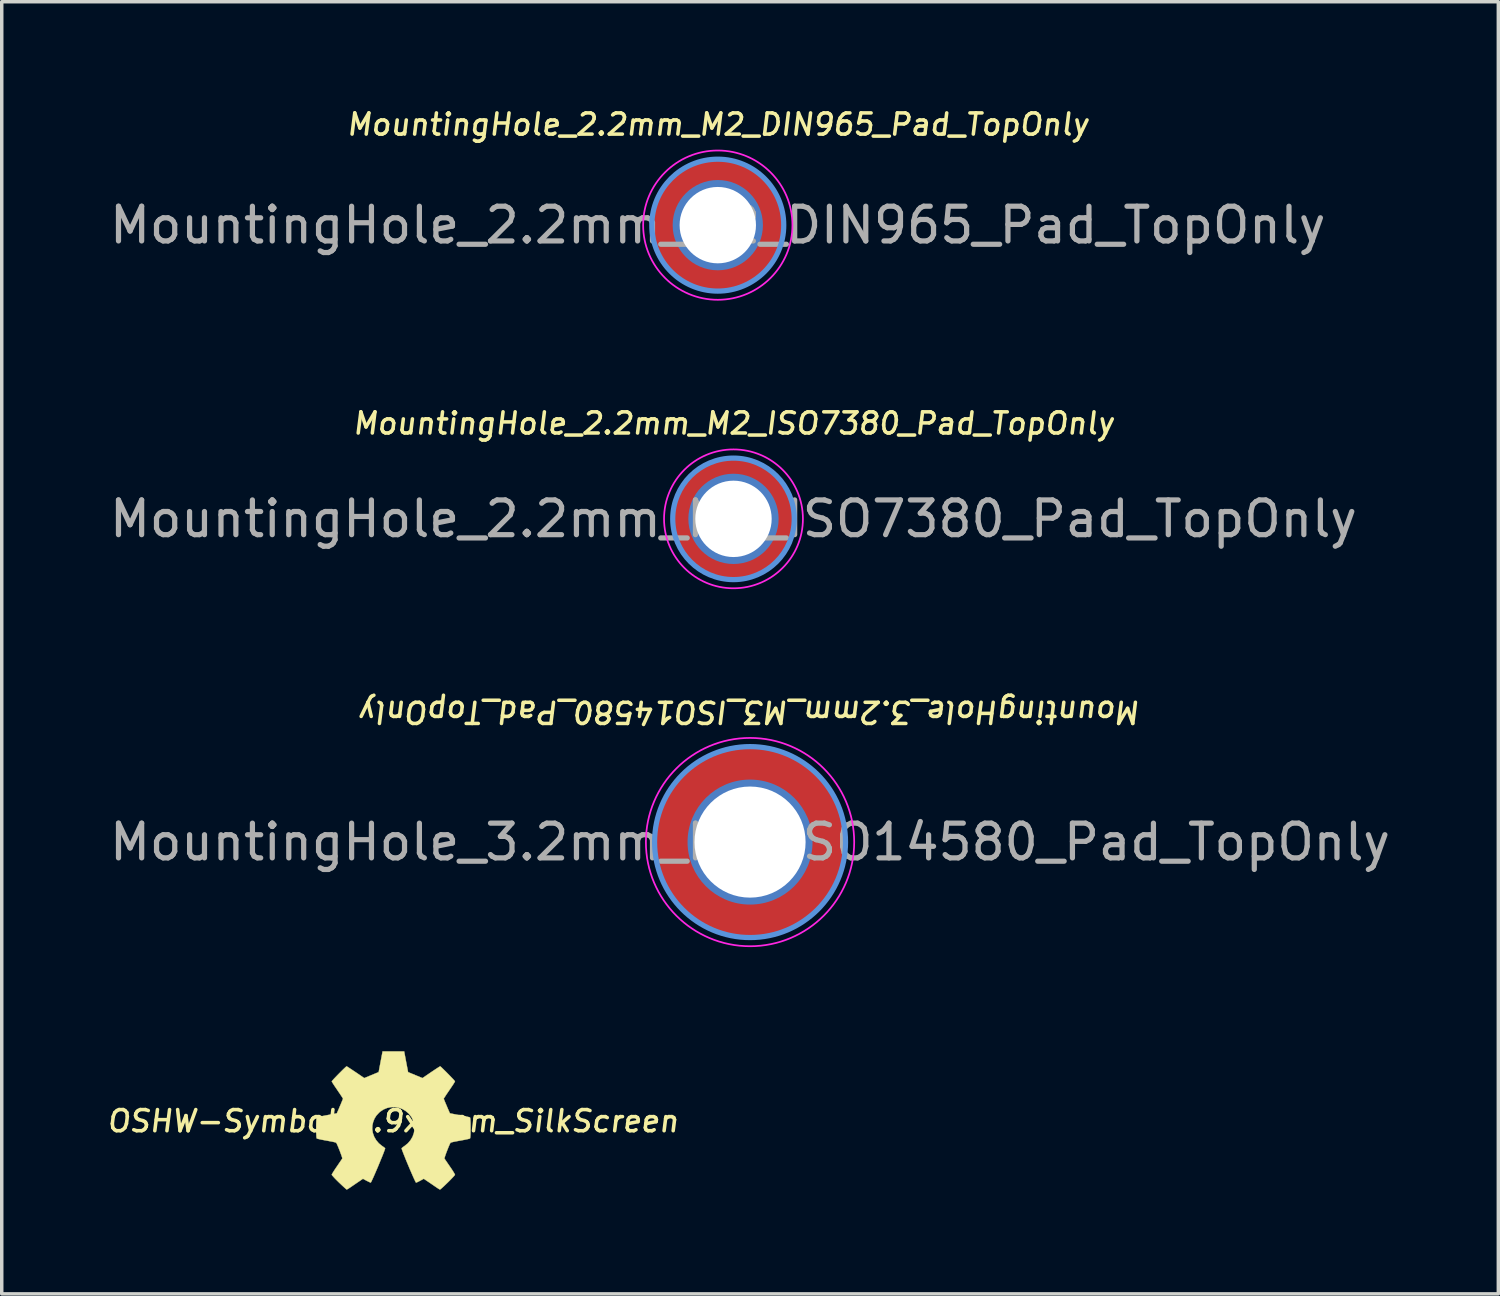
<source format=kicad_pcb>
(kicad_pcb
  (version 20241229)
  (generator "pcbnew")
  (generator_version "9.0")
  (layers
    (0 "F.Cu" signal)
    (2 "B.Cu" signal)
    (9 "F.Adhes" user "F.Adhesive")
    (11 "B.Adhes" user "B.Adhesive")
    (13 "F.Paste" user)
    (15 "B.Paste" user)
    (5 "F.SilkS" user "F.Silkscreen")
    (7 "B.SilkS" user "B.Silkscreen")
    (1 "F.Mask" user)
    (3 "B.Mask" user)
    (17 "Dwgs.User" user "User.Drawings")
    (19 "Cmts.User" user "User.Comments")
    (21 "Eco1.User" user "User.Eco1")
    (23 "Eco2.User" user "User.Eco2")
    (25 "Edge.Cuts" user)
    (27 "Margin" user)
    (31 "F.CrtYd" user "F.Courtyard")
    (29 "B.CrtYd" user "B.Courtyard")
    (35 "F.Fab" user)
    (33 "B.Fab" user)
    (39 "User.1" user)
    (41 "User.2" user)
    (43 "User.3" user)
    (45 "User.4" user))
  (footprint "MountingHole_3.2mm_M3_ISO14580_Pad_TopOnly"
    (layer "F.Cu")
    (at 18.554 21.205)
    (property "Reference" "MountingHole_3.2mm_M3_ISO14580_Pad_TopOnly" (at 0 -3.75 180) (unlocked yes) (layer "F.SilkS") (effects (font (size 0.61 0.61) (thickness 0.102) (italic yes))))
    (attr exclude_from_pos_files exclude_from_bom)
    (fp_circle (center 0 0) (end 2.75 0) (stroke (width 0.15) (type solid)) (fill no) (layer "Cmts.User"))
    (fp_circle (center 0 0) (end 3 0) (stroke (width 0.05) (type solid)) (fill no) (layer "F.CrtYd"))
    (fp_text user "${REFERENCE}" (at 0 0 0) (layer "F.Fab") (effects (font (size 1 1) (thickness 0.15))))
    (pad "1" thru_hole circle (at 0 0 180) (size 3.6 3.6) (drill 3.2) (layers "*.Cu" "*.Mask"))
    (pad "1" connect circle (at 0 0 180) (size 5.5 5.5) (layers "F.Cu" "F.Mask")))
  (footprint "OSHW-Symbol_8.9x8mm_SilkScreen"
    (layer "F.Cu")
    (at 8.268 29.242)
    (property "Reference" "OSHW-Symbol_8.9x8mm_SilkScreen" (at 0 0 0) (unlocked yes) (layer "F.SilkS") (effects (font (size 0.61 0.61) (thickness 0.102) (italic yes))))
    (attr exclude_from_pos_files exclude_from_bom allow_missing_courtyard)
    (fp_poly (pts (xy 0.379 -1.709) (xy 0.436 -1.411) (xy 0.643 -1.325) (xy 0.851 -1.239) (xy 1.1 -1.409) (xy 1.17 -1.456) (xy 1.233 -1.498) (xy 1.287 -1.533) (xy 1.328 -1.559) (xy 1.353 -1.575) (xy 1.36 -1.578) (xy 1.372 -1.57) (xy 1.399 -1.546) (xy 1.436 -1.51) (xy 1.482 -1.465) (xy 1.533 -1.415) (xy 1.586 -1.361) (xy 1.639 -1.307) (xy 1.688 -1.256) (xy 1.73 -1.212) (xy 1.762 -1.176) (xy 1.782 -1.152) (xy 1.787 -1.145) (xy 1.78 -1.13) (xy 1.761 -1.098) (xy 1.732 -1.052) (xy 1.694 -0.995) (xy 1.65 -0.93) (xy 1.625 -0.893) (xy 1.579 -0.825) (xy 1.537 -0.764) (xy 1.504 -0.712) (xy 1.479 -0.674) (xy 1.465 -0.651) (xy 1.463 -0.646) (xy 1.468 -0.632) (xy 1.48 -0.6) (xy 1.499 -0.554) (xy 1.522 -0.499) (xy 1.548 -0.439) (xy 1.573 -0.379) (xy 1.597 -0.323) (xy 1.618 -0.275) (xy 1.633 -0.241) (xy 1.641 -0.225) (xy 1.642 -0.225) (xy 1.655 -0.222) (xy 1.688 -0.215) (xy 1.739 -0.205) (xy 1.805 -0.192) (xy 1.88 -0.178) (xy 1.925 -0.17) (xy 2.005 -0.154) (xy 2.079 -0.139) (xy 2.14 -0.126) (xy 2.186 -0.116) (xy 2.214 -0.108) (xy 2.219 -0.106) (xy 2.225 -0.089) (xy 2.229 -0.052) (xy 2.232 0.001) (xy 2.235 0.066) (xy 2.236 0.139) (xy 2.236 0.215) (xy 2.235 0.29) (xy 2.234 0.359) (xy 2.231 0.419) (xy 2.227 0.465) (xy 2.222 0.493) (xy 2.219 0.499) (xy 2.201 0.506) (xy 2.164 0.516) (xy 2.112 0.527) (xy 2.051 0.54) (xy 2.029 0.544) (xy 1.925 0.563) (xy 1.843 0.578) (xy 1.78 0.59) (xy 1.734 0.6) (xy 1.701 0.608) (xy 1.679 0.615) (xy 1.665 0.621) (xy 1.657 0.626) (xy 1.656 0.628) (xy 1.645 0.646) (xy 1.628 0.683) (xy 1.606 0.733) (xy 1.583 0.791) (xy 1.558 0.854) (xy 1.534 0.917) (xy 1.513 0.975) (xy 1.497 1.024) (xy 1.486 1.06) (xy 1.483 1.077) (xy 1.483 1.078) (xy 1.493 1.092) (xy 1.514 1.124) (xy 1.545 1.169) (xy 1.583 1.225) (xy 1.627 1.289) (xy 1.639 1.307) (xy 1.684 1.372) (xy 1.723 1.432) (xy 1.754 1.482) (xy 1.776 1.52) (xy 1.786 1.542) (xy 1.787 1.545) (xy 1.778 1.559) (xy 1.754 1.587) (xy 1.718 1.626) (xy 1.673 1.673) (xy 1.622 1.725) (xy 1.568 1.778) (xy 1.514 1.83) (xy 1.463 1.879) (xy 1.419 1.919) (xy 1.384 1.95) (xy 1.361 1.968) (xy 1.354 1.97) (xy 1.34 1.964) (xy 1.31 1.946) (xy 1.269 1.919) (xy 1.238 1.898) (xy 1.181 1.859) (xy 1.114 1.813) (xy 1.047 1.767) (xy 1.011 1.743) (xy 0.888 1.66) (xy 0.785 1.716) (xy 0.739 1.74) (xy 0.699 1.759) (xy 0.672 1.77) (xy 0.665 1.771) (xy 0.657 1.76) (xy 0.641 1.729) (xy 0.618 1.68) (xy 0.589 1.617) (xy 0.556 1.542) (xy 0.52 1.459) (xy 0.481 1.37) (xy 0.443 1.278) (xy 0.404 1.186) (xy 0.367 1.096) (xy 0.334 1.013) (xy 0.304 0.938) (xy 0.28 0.875) (xy 0.262 0.826) (xy 0.252 0.794) (xy 0.25 0.784) (xy 0.263 0.77) (xy 0.291 0.747) (xy 0.328 0.721) (xy 0.332 0.719) (xy 0.428 0.642) (xy 0.506 0.551) (xy 0.565 0.451) (xy 0.603 0.344) (xy 0.621 0.232) (xy 0.617 0.119) (xy 0.591 0.008) (xy 0.543 -0.099) (xy 0.528 -0.123) (xy 0.454 -0.217) (xy 0.366 -0.293) (xy 0.268 -0.35) (xy 0.163 -0.387) (xy 0.053 -0.405) (xy -0.059 -0.402) (xy -0.168 -0.379) (xy -0.273 -0.335) (xy -0.37 -0.27) (xy -0.4 -0.243) (xy -0.477 -0.16) (xy -0.532 -0.072) (xy -0.57 0.026) (xy -0.592 0.123) (xy -0.597 0.232) (xy -0.579 0.342) (xy -0.541 0.449) (xy -0.483 0.549) (xy -0.408 0.638) (xy -0.317 0.713) (xy -0.305 0.721) (xy -0.268 0.747) (xy -0.239 0.769) (xy -0.225 0.783) (xy -0.225 0.784) (xy -0.228 0.799) (xy -0.24 0.834) (xy -0.259 0.886) (xy -0.284 0.952) (xy -0.315 1.029) (xy -0.35 1.113) (xy -0.387 1.203) (xy -0.425 1.296) (xy -0.464 1.387) (xy -0.502 1.476) (xy -0.538 1.558) (xy -0.57 1.63) (xy -0.598 1.691) (xy -0.619 1.736) (xy -0.634 1.764) (xy -0.64 1.771) (xy -0.658 1.765) (xy -0.692 1.75) (xy -0.736 1.728) (xy -0.761 1.716) (xy -0.863 1.66) (xy -0.986 1.743) (xy -1.048 1.785) (xy -1.117 1.832) (xy -1.181 1.876) (xy -1.213 1.898) (xy -1.258 1.928) (xy -1.296 1.952) (xy -1.323 1.967) (xy -1.331 1.97) (xy -1.344 1.962) (xy -1.371 1.938) (xy -1.411 1.902) (xy -1.461 1.856) (xy -1.518 1.802) (xy -1.554 1.768) (xy -1.617 1.706) (xy -1.671 1.651) (xy -1.714 1.604) (xy -1.745 1.569) (xy -1.761 1.548) (xy -1.762 1.543) (xy -1.755 1.527) (xy -1.736 1.493) (xy -1.707 1.446) (xy -1.67 1.389) (xy -1.627 1.325) (xy -1.614 1.307) (xy -1.57 1.242) (xy -1.53 1.183) (xy -1.497 1.135) (xy -1.473 1.099) (xy -1.46 1.08) (xy -1.459 1.078) (xy -1.46 1.062) (xy -1.47 1.028) (xy -1.486 0.981) (xy -1.507 0.923) (xy -1.53 0.861) (xy -1.555 0.798) (xy -1.579 0.738) (xy -1.601 0.688) (xy -1.619 0.649) (xy -1.63 0.629) (xy -1.631 0.628) (xy -1.639 0.622) (xy -1.651 0.616) (xy -1.671 0.609) (xy -1.702 0.602) (xy -1.745 0.592) (xy -1.805 0.581) (xy -1.883 0.566) (xy -1.983 0.548) (xy -2.004 0.544) (xy -2.068 0.532) (xy -2.124 0.519) (xy -2.166 0.509) (xy -2.191 0.501) (xy -2.194 0.499) (xy -2.2 0.482) (xy -2.204 0.445) (xy -2.207 0.392) (xy -2.21 0.327) (xy -2.211 0.254) (xy -2.211 0.178) (xy -2.211 0.103) (xy -2.209 0.033) (xy -2.206 -0.027) (xy -2.202 -0.072) (xy -2.197 -0.1) (xy -2.194 -0.106) (xy -2.178 -0.111) (xy -2.141 -0.121) (xy -2.087 -0.133) (xy -2.019 -0.147) (xy -1.942 -0.162) (xy -1.9 -0.17) (xy -1.82 -0.185) (xy -1.748 -0.198) (xy -1.689 -0.21) (xy -1.646 -0.218) (xy -1.621 -0.223) (xy -1.617 -0.225) (xy -1.61 -0.238) (xy -1.596 -0.269) (xy -1.576 -0.315) (xy -1.552 -0.37) (xy -1.527 -0.43) (xy -1.501 -0.49) (xy -1.478 -0.547) (xy -1.458 -0.594) (xy -1.444 -0.629) (xy -1.438 -0.646) (xy -1.438 -0.646) (xy -1.445 -0.66) (xy -1.464 -0.69) (xy -1.493 -0.735) (xy -1.531 -0.792) (xy -1.575 -0.856) (xy -1.6 -0.893) (xy -1.646 -0.961) (xy -1.688 -1.023) (xy -1.722 -1.075) (xy -1.746 -1.115) (xy -1.76 -1.139) (xy -1.762 -1.145) (xy -1.753 -1.157) (xy -1.73 -1.184) (xy -1.695 -1.223) (xy -1.651 -1.269) (xy -1.601 -1.321) (xy -1.548 -1.375) (xy -1.495 -1.428) (xy -1.445 -1.478) (xy -1.401 -1.52) (xy -1.366 -1.553) (xy -1.342 -1.573) (xy -1.335 -1.578) (xy -1.322 -1.571) (xy -1.292 -1.553) (xy -1.247 -1.523) (xy -1.19 -1.486) (xy -1.125 -1.442) (xy -1.075 -1.409) (xy -0.826 -1.239) (xy -0.619 -1.325) (xy -0.411 -1.411) (xy -0.355 -1.709) (xy -0.298 -2.008) (xy 0.323 -2.008) (xy 0.379 -1.709)) (stroke (width 0.01) (type solid)) (fill yes) (layer "F.SilkS")))
  (footprint "MountingHole_2.2mm_M2_ISO7380_Pad_TopOnly"
    (layer "F.Cu")
    (at 18.077 11.895)
    (property "Reference" "MountingHole_2.2mm_M2_ISO7380_Pad_TopOnly" (at 0 -2.75 0) (unlocked yes) (layer "F.SilkS") (effects (font (size 0.61 0.61) (thickness 0.102) (italic yes))))
    (attr exclude_from_pos_files exclude_from_bom)
    (fp_circle (center 0 0) (end 1.75 0) (stroke (width 0.15) (type solid)) (fill no) (layer "Cmts.User"))
    (fp_circle (center 0 0) (end 2 0) (stroke (width 0.05) (type solid)) (fill no) (layer "F.CrtYd"))
    (fp_text user "${REFERENCE}" (at 0 0 0) (layer "F.Fab") (effects (font (size 1 1) (thickness 0.15))))
    (pad "1" thru_hole circle (at 0 0) (size 2.6 2.6) (drill 2.2) (layers "*.Cu" "*.Mask"))
    (pad "1" connect circle (at 0 0) (size 3.5 3.5) (layers "F.Cu" "F.Mask")))
  (footprint "MountingHole_2.2mm_M2_DIN965_Pad_TopOnly"
    (layer "F.Cu")
    (at 17.625 3.435)
    (property "Reference" "MountingHole_2.2mm_M2_DIN965_Pad_TopOnly" (at 0 -2.9 0) (unlocked yes) (layer "F.SilkS") (effects (font (size 0.61 0.61) (thickness 0.102) (italic yes))))
    (attr exclude_from_pos_files exclude_from_bom)
    (fp_circle (center 0 0) (end 1.9 0) (stroke (width 0.15) (type solid)) (fill no) (layer "Cmts.User"))
    (fp_circle (center 0 0) (end 2.15 0) (stroke (width 0.05) (type solid)) (fill no) (layer "F.CrtYd"))
    (fp_text user "${REFERENCE}" (at 0 0 0) (layer "F.Fab") (effects (font (size 1 1) (thickness 0.15))))
    (pad "1" thru_hole circle (at 0 0) (size 2.6 2.6) (drill 2.2) (layers "*.Cu" "*.Mask"))
    (pad "1" connect circle (at 0 0) (size 3.8 3.8) (layers "F.Cu" "F.Mask")))
  (gr_rect
    (start -3 -3)
    (end 40.107 34.218)
    (stroke (width 0.1) (type default))
    (fill no)
    (layer "Edge.Cuts")))
</source>
